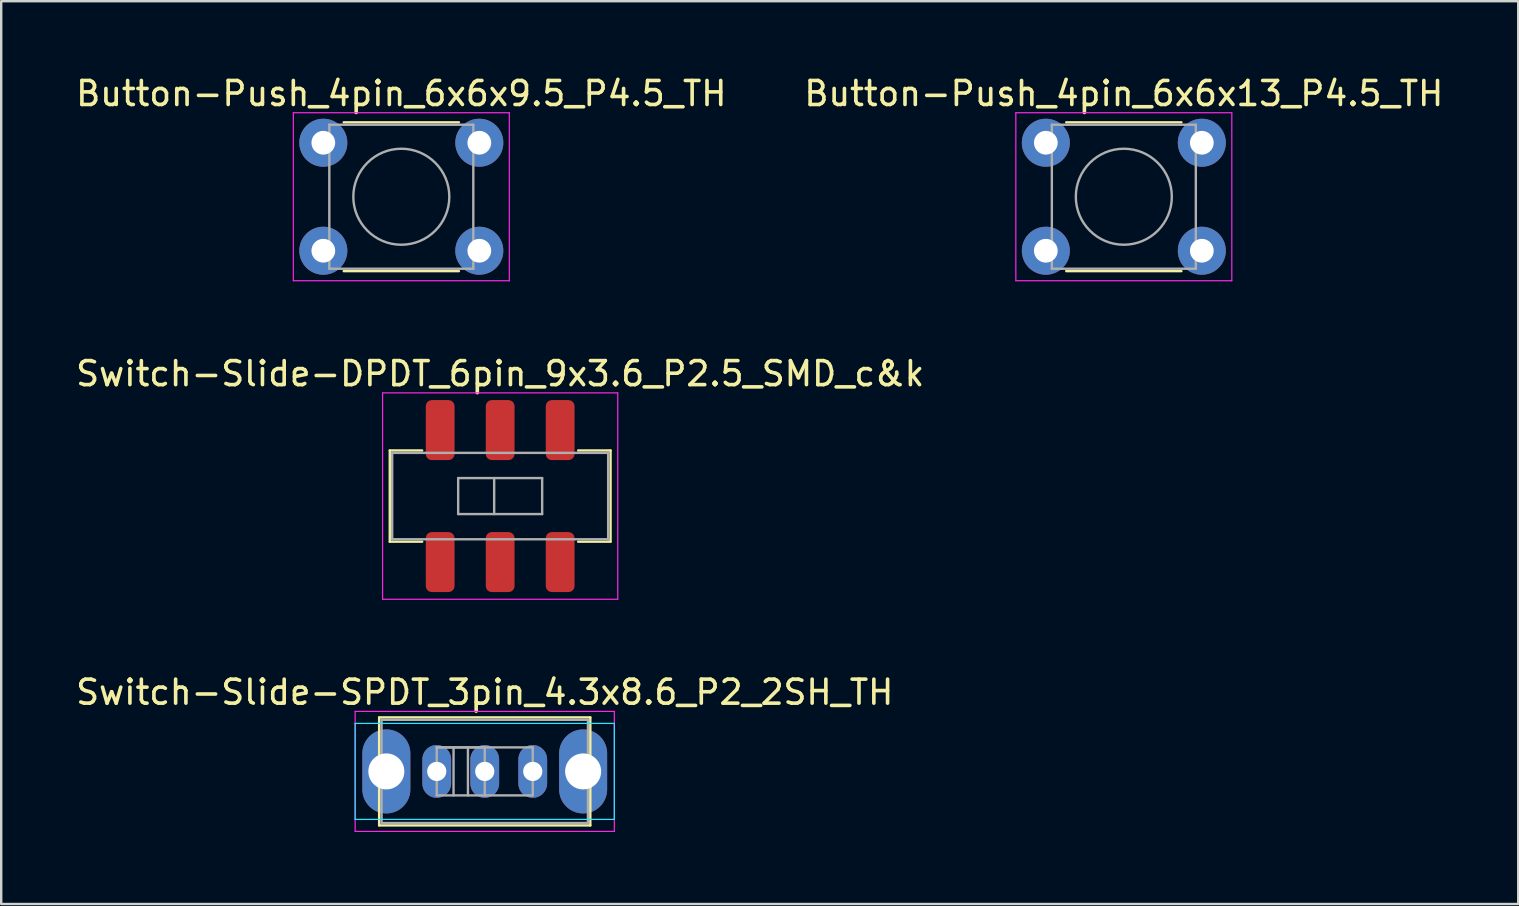
<source format=kicad_pcb>
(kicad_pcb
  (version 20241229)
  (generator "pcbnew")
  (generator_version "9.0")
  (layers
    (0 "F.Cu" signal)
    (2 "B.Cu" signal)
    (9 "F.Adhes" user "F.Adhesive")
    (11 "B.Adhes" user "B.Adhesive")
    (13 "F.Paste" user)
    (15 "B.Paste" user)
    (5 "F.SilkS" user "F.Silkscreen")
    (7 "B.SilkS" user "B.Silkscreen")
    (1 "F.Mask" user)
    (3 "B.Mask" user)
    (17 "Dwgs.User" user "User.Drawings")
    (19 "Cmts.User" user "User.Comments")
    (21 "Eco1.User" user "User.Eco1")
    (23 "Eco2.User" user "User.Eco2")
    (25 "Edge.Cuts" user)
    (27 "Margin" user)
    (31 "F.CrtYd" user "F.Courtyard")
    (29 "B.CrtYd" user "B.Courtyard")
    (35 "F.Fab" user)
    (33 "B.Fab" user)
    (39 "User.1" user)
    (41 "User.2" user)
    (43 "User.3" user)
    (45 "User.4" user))
  (footprint "Button-Push_4pin_6x6x13_P4.5_TH"
    (layer "F.Cu")
    (at 43.78 5.148)
    (property "Reference" "Button-Push_4pin_6x6x13_P4.5_TH" (at 0 -4.3 0) (layer "F.SilkS") (effects (font (size 1 1) (thickness 0.15))))
    (attr through_hole)
    (fp_line (start 2.4 -3.1) (end -2.4 -3.1) (stroke (width 0.1) (type solid)) (layer "F.SilkS"))
    (fp_line (start 2.4 3.1) (end -2.4 3.1) (stroke (width 0.1) (type solid)) (layer "F.SilkS"))
    (fp_line (start -4.5 -3.5) (end -4.5 3.5) (stroke (width 0.05) (type solid)) (layer "F.CrtYd"))
    (fp_line (start -4.5 3.5) (end 4.5 3.5) (stroke (width 0.05) (type solid)) (layer "F.CrtYd"))
    (fp_line (start 4.5 -3.5) (end -4.5 -3.5) (stroke (width 0.05) (type solid)) (layer "F.CrtYd"))
    (fp_line (start 4.5 3.5) (end 4.5 -3.5) (stroke (width 0.05) (type solid)) (layer "F.CrtYd"))
    (fp_line (start -3 3) (end -3 -3) (stroke (width 0.1) (type solid)) (layer "F.Fab"))
    (fp_line (start 3 -3) (end -3 -3) (stroke (width 0.1) (type solid)) (layer "F.Fab"))
    (fp_line (start 3 -3) (end 3 3) (stroke (width 0.1) (type solid)) (layer "F.Fab"))
    (fp_line (start 3 3) (end -3 3) (stroke (width 0.1) (type solid)) (layer "F.Fab"))
    (fp_circle (center 0 0) (end 2 0) (stroke (width 0.1) (type solid)) (fill no) (layer "F.Fab"))
    (pad "1" thru_hole circle (at -3.25 -2.25 90) (size 2 2) (drill 0.99) (layers "*.Cu" "*.Mask"))
    (pad "1" thru_hole circle (at 3.25 -2.25 90) (size 2 2) (drill 0.99) (layers "*.Cu" "*.Mask"))
    (pad "2" thru_hole circle (at -3.25 2.25 90) (size 2 2) (drill 0.99) (layers "*.Cu" "*.Mask"))
    (pad "2" thru_hole circle (at 3.25 2.25 90) (size 2 2) (drill 0.99) (layers "*.Cu" "*.Mask")))
  (footprint "Switch-Slide-SPDT_3pin_4.3x8.6_P2_2SH_TH"
    (layer "F.Cu")
    (at 17.149 29.095)
    (property "Reference" "Switch-Slide-SPDT_3pin_4.3x8.6_P2_2SH_TH" (at 0 -3.3 0) (layer "F.SilkS") (effects (font (size 1 1) (thickness 0.15))))
    (attr through_hole)
    (fp_line (start -4.4 -2.25) (end -4.4 2.25) (stroke (width 0.1) (type solid)) (layer "F.SilkS"))
    (fp_line (start -4.4 2.25) (end 4.4 2.25) (stroke (width 0.1) (type solid)) (layer "F.SilkS"))
    (fp_line (start 4.4 -2.25) (end -4.4 -2.25) (stroke (width 0.1) (type solid)) (layer "F.SilkS"))
    (fp_line (start 4.4 2.25) (end 4.4 -2.25) (stroke (width 0.1) (type solid)) (layer "F.SilkS"))
    (fp_line (start -5.4 -2) (end -5.4 2) (stroke (width 0.05) (type solid)) (layer "B.CrtYd"))
    (fp_line (start -5.4 2) (end 5.4 2) (stroke (width 0.05) (type solid)) (layer "B.CrtYd"))
    (fp_line (start 5.4 -2) (end -5.4 -2) (stroke (width 0.05) (type solid)) (layer "B.CrtYd"))
    (fp_line (start 5.4 2) (end 5.4 -2) (stroke (width 0.05) (type solid)) (layer "B.CrtYd"))
    (fp_line (start -5.4 -2.5) (end -5.4 2.5) (stroke (width 0.05) (type solid)) (layer "F.CrtYd"))
    (fp_line (start -5.4 2.5) (end 5.4 2.5) (stroke (width 0.05) (type solid)) (layer "F.CrtYd"))
    (fp_line (start 5.4 -2.5) (end -5.4 -2.5) (stroke (width 0.05) (type solid)) (layer "F.CrtYd"))
    (fp_line (start 5.4 2.5) (end 5.4 -2.5) (stroke (width 0.05) (type solid)) (layer "F.CrtYd"))
    (fp_line (start -4.3 -2.15) (end 4.3 -2.15) (stroke (width 0.1) (type solid)) (layer "F.Fab"))
    (fp_line (start -4.3 2.15) (end -4.3 -2.15) (stroke (width 0.1) (type solid)) (layer "F.Fab"))
    (fp_line (start -4.2 -0.6) (end -4 -0.6) (stroke (width 0.1) (type solid)) (layer "F.Fab"))
    (fp_line (start -4.2 0.6) (end -4.2 -0.6) (stroke (width 0.1) (type solid)) (layer "F.Fab"))
    (fp_line (start -4 -0.6) (end -4 0.6) (stroke (width 0.1) (type solid)) (layer "F.Fab"))
    (fp_line (start -4 0.6) (end -4.2 0.6) (stroke (width 0.1) (type solid)) (layer "F.Fab"))
    (fp_line (start -2.125 -0.075) (end -1.875 -0.075) (stroke (width 0.1) (type solid)) (layer "F.Fab"))
    (fp_line (start -2.125 0.075) (end -2.125 -0.075) (stroke (width 0.1) (type solid)) (layer "F.Fab"))
    (fp_line (start -2 -1) (end 0 -1) (stroke (width 0.1) (type solid)) (layer "F.Fab"))
    (fp_line (start -2 -1) (end 2 -1) (stroke (width 0.1) (type solid)) (layer "F.Fab"))
    (fp_line (start -2 1) (end -2 -1) (stroke (width 0.1) (type solid)) (layer "F.Fab"))
    (fp_line (start -1.875 -0.075) (end -1.875 0.075) (stroke (width 0.1) (type solid)) (layer "F.Fab"))
    (fp_line (start -1.875 0.075) (end -2.125 0.075) (stroke (width 0.1) (type solid)) (layer "F.Fab"))
    (fp_line (start -1.3 -1) (end -1.3 1) (stroke (width 0.1) (type solid)) (layer "F.Fab"))
    (fp_line (start -0.7 -1) (end -0.7 1) (stroke (width 0.1) (type solid)) (layer "F.Fab"))
    (fp_line (start -0.125 -0.075) (end 0.125 -0.075) (stroke (width 0.1) (type solid)) (layer "F.Fab"))
    (fp_line (start -0.125 0.075) (end -0.125 -0.075) (stroke (width 0.1) (type solid)) (layer "F.Fab"))
    (fp_line (start 0 -1) (end 0 1) (stroke (width 0.1) (type solid)) (layer "F.Fab"))
    (fp_line (start 0.125 -0.075) (end 0.125 0.075) (stroke (width 0.1) (type solid)) (layer "F.Fab"))
    (fp_line (start 0.125 0.075) (end -0.125 0.075) (stroke (width 0.1) (type solid)) (layer "F.Fab"))
    (fp_line (start 1.875 -0.075) (end 2.125 -0.075) (stroke (width 0.1) (type solid)) (layer "F.Fab"))
    (fp_line (start 1.875 0.075) (end 1.875 -0.075) (stroke (width 0.1) (type solid)) (layer "F.Fab"))
    (fp_line (start 2 -1) (end 2 1) (stroke (width 0.1) (type solid)) (layer "F.Fab"))
    (fp_line (start 2 1) (end -2 1) (stroke (width 0.1) (type solid)) (layer "F.Fab"))
    (fp_line (start 2.125 -0.075) (end 2.125 0.075) (stroke (width 0.1) (type solid)) (layer "F.Fab"))
    (fp_line (start 2.125 0.075) (end 1.875 0.075) (stroke (width 0.1) (type solid)) (layer "F.Fab"))
    (fp_line (start 4 -0.6) (end 4.2 -0.6) (stroke (width 0.1) (type solid)) (layer "F.Fab"))
    (fp_line (start 4 0.6) (end 4 -0.6) (stroke (width 0.1) (type solid)) (layer "F.Fab"))
    (fp_line (start 4.2 -0.6) (end 4.2 0.6) (stroke (width 0.1) (type solid)) (layer "F.Fab"))
    (fp_line (start 4.2 0.6) (end 4 0.6) (stroke (width 0.1) (type solid)) (layer "F.Fab"))
    (fp_line (start 4.3 -2.15) (end 4.3 2.15) (stroke (width 0.1) (type solid)) (layer "F.Fab"))
    (fp_line (start 4.3 2.15) (end -4.3 2.15) (stroke (width 0.1) (type solid)) (layer "F.Fab"))
    (pad "1" thru_hole oval (at -2 0) (size 1.2 2.2) (drill 0.8) (layers "*.Cu" "*.Mask"))
    (pad "2" thru_hole oval (at 0 0) (size 1.2 2.2) (drill 0.8) (layers "*.Cu" "*.Mask"))
    (pad "3" thru_hole oval (at 2 0) (size 1.2 2.2) (drill 0.8) (layers "*.Cu" "*.Mask"))
    (pad "4" thru_hole oval (at -4.1 0) (size 2 3.5) (drill 1.5) (layers "*.Cu" "*.Mask"))
    (pad "4" thru_hole oval (at 4.1 0) (size 2 3.5) (drill 1.5) (layers "*.Cu" "*.Mask")))
  (footprint "Switch-Slide-DPDT_6pin_9x3.6_P2.5_SMD_c&k"
    (layer "F.Cu")
    (at 17.792 17.622)
    (property "Reference" "Switch-Slide-DPDT_6pin_9x3.6_P2.5_SMD_c&k" (at 0 -5.1 0) (layer "F.SilkS") (effects (font (size 1 1) (thickness 0.15))))
    (attr smd)
    (fp_line (start -4.6 -1.9) (end -4.6 1.9) (stroke (width 0.1) (type solid)) (layer "F.SilkS"))
    (fp_line (start -4.6 1.9) (end -3.25 1.9) (stroke (width 0.1) (type solid)) (layer "F.SilkS"))
    (fp_line (start -3.25 -1.9) (end -4.6 -1.9) (stroke (width 0.1) (type solid)) (layer "F.SilkS"))
    (fp_line (start 3.25 -1.9) (end 4.6 -1.9) (stroke (width 0.1) (type solid)) (layer "F.SilkS"))
    (fp_line (start 4.6 -1.9) (end 4.6 1.9) (stroke (width 0.1) (type solid)) (layer "F.SilkS"))
    (fp_line (start 4.6 1.9) (end 3.25 1.9) (stroke (width 0.1) (type solid)) (layer "F.SilkS"))
    (fp_line (start -4.9 -4.3) (end -4.9 4.3) (stroke (width 0.05) (type solid)) (layer "F.CrtYd"))
    (fp_line (start -4.9 -4.3) (end 4.9 -4.3) (stroke (width 0.05) (type solid)) (layer "F.CrtYd"))
    (fp_line (start 4.9 -4.3) (end 4.9 4.3) (stroke (width 0.05) (type solid)) (layer "F.CrtYd"))
    (fp_line (start 4.9 4.3) (end -4.9 4.3) (stroke (width 0.05) (type solid)) (layer "F.CrtYd"))
    (fp_line (start -4.5 -1.8) (end 4.5 -1.8) (stroke (width 0.1) (type solid)) (layer "F.Fab"))
    (fp_line (start -4.5 1.8) (end -4.5 -1.8) (stroke (width 0.1) (type solid)) (layer "F.Fab"))
    (fp_line (start -1.75 -0.75) (end -1.75 0.75) (stroke (width 0.1) (type solid)) (layer "F.Fab"))
    (fp_line (start -1.75 -0.75) (end 1.75 -0.75) (stroke (width 0.1) (type solid)) (layer "F.Fab"))
    (fp_line (start -0.25 -0.75) (end -0.25 0.75) (stroke (width 0.1) (type solid)) (layer "F.Fab"))
    (fp_line (start 1.75 -0.75) (end 1.75 0.75) (stroke (width 0.1) (type solid)) (layer "F.Fab"))
    (fp_line (start 1.75 0.75) (end -1.75 0.75) (stroke (width 0.1) (type solid)) (layer "F.Fab"))
    (fp_line (start 4.5 -1.8) (end 4.5 1.8) (stroke (width 0.1) (type solid)) (layer "F.Fab"))
    (fp_line (start 4.5 1.8) (end -4.5 1.8) (stroke (width 0.1) (type solid)) (layer "F.Fab"))
    (pad "1" smd roundrect (at -2.5 -2.75) (size 1.2 2.5) (layers "F.Cu" "F.Mask" "F.Paste") (roundrect_rratio 0.208))
    (pad "2" smd roundrect (at 0 -2.75) (size 1.2 2.5) (layers "F.Cu" "F.Mask" "F.Paste") (roundrect_rratio 0.208))
    (pad "3" smd roundrect (at 2.5 -2.75) (size 1.2 2.5) (layers "F.Cu" "F.Mask" "F.Paste") (roundrect_rratio 0.208))
    (pad "4" smd roundrect (at -2.5 2.75) (size 1.2 2.5) (layers "F.Cu" "F.Mask" "F.Paste") (roundrect_rratio 0.208))
    (pad "5" smd roundrect (at 0 2.75) (size 1.2 2.5) (layers "F.Cu" "F.Mask" "F.Paste") (roundrect_rratio 0.208))
    (pad "6" smd roundrect (at 2.5 2.75) (size 1.2 2.5) (layers "F.Cu" "F.Mask" "F.Paste") (roundrect_rratio 0.208)))
  (footprint "Button-Push_4pin_6x6x9.5_P4.5_TH"
    (layer "F.Cu")
    (at 13.673 5.148)
    (property "Reference" "Button-Push_4pin_6x6x9.5_P4.5_TH" (at 0 -4.3 0) (layer "F.SilkS") (effects (font (size 1 1) (thickness 0.15))))
    (attr through_hole)
    (fp_line (start 2.4 -3.1) (end -2.4 -3.1) (stroke (width 0.1) (type solid)) (layer "F.SilkS"))
    (fp_line (start 2.4 3.1) (end -2.4 3.1) (stroke (width 0.1) (type solid)) (layer "F.SilkS"))
    (fp_line (start -4.5 -3.5) (end -4.5 3.5) (stroke (width 0.05) (type solid)) (layer "F.CrtYd"))
    (fp_line (start -4.5 3.5) (end 4.5 3.5) (stroke (width 0.05) (type solid)) (layer "F.CrtYd"))
    (fp_line (start 4.5 -3.5) (end -4.5 -3.5) (stroke (width 0.05) (type solid)) (layer "F.CrtYd"))
    (fp_line (start 4.5 3.5) (end 4.5 -3.5) (stroke (width 0.05) (type solid)) (layer "F.CrtYd"))
    (fp_line (start -3 3) (end -3 -3) (stroke (width 0.1) (type solid)) (layer "F.Fab"))
    (fp_line (start 3 -3) (end -3 -3) (stroke (width 0.1) (type solid)) (layer "F.Fab"))
    (fp_line (start 3 -3) (end 3 3) (stroke (width 0.1) (type solid)) (layer "F.Fab"))
    (fp_line (start 3 3) (end -3 3) (stroke (width 0.1) (type solid)) (layer "F.Fab"))
    (fp_circle (center 0 0) (end 2 0) (stroke (width 0.1) (type solid)) (fill no) (layer "F.Fab"))
    (pad "1" thru_hole circle (at -3.25 -2.25 90) (size 2 2) (drill 0.99) (layers "*.Cu" "*.Mask"))
    (pad "1" thru_hole circle (at 3.25 -2.25 90) (size 2 2) (drill 0.99) (layers "*.Cu" "*.Mask"))
    (pad "2" thru_hole circle (at -3.25 2.25 90) (size 2 2) (drill 0.99) (layers "*.Cu" "*.Mask"))
    (pad "2" thru_hole circle (at 3.25 2.25 90) (size 2 2) (drill 0.99) (layers "*.Cu" "*.Mask")))
  (gr_rect
    (start -3 -3)
    (end 60.214 34.62)
    (stroke (width 0.1) (type default))
    (fill no)
    (layer "Edge.Cuts")))
</source>
